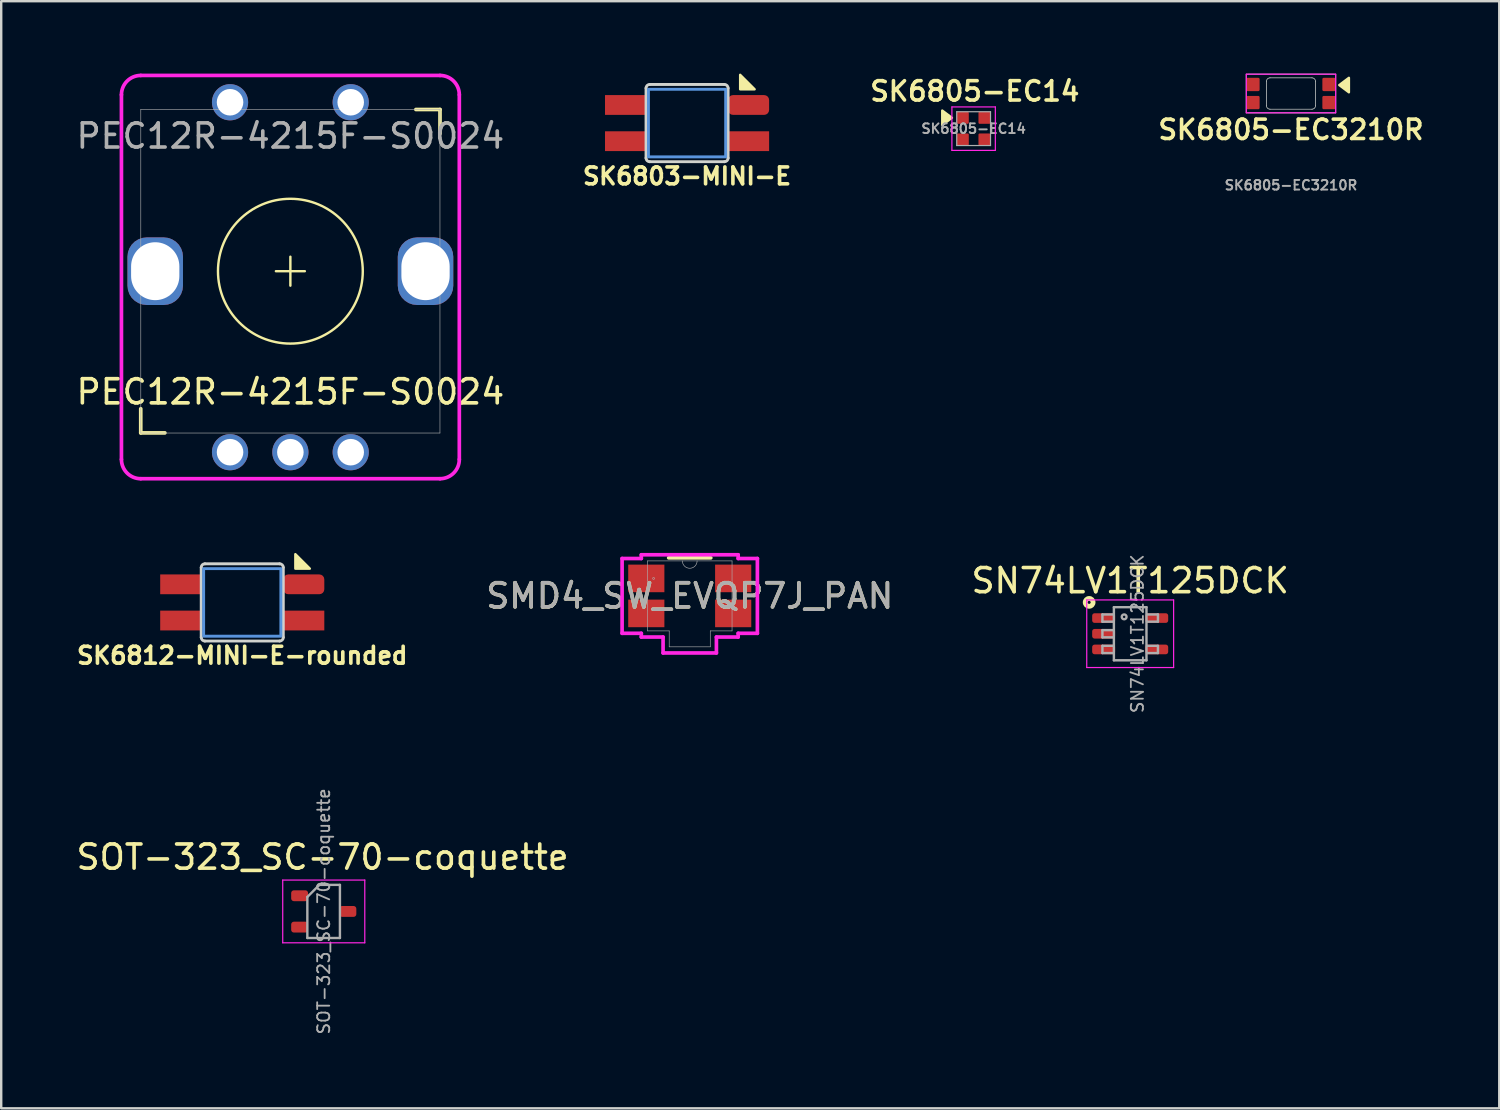
<source format=kicad_pcb>
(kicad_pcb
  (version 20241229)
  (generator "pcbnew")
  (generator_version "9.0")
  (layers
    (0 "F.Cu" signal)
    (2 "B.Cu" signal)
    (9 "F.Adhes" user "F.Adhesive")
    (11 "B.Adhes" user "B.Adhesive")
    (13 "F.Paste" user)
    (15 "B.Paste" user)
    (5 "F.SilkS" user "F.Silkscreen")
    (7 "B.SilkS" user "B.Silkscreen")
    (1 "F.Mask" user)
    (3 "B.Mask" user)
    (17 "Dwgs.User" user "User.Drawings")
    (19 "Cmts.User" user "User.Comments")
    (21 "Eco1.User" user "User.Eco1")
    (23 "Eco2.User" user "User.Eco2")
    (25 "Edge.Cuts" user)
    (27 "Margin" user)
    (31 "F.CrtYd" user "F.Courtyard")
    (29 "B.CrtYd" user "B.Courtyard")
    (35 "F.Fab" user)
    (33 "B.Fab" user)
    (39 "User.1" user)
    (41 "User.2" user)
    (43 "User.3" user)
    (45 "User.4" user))
  (footprint "PEC12R-4215F-S0024"
    (layer "F.Cu")
    (at 8.982 8.187)
    (property "Reference" "PEC12R-4215F-S0024" (at 0 5 0) (unlocked yes) (layer "F.SilkS") (effects (font (size 1 1) (thickness 0.15))))
    (attr through_hole)
    (fp_line (start -6.2 6.7) (end -6.2 5.7) (stroke (width 0.152) (type solid)) (layer "F.SilkS"))
    (fp_line (start -6.2 6.7) (end -5.2 6.7) (stroke (width 0.152) (type solid)) (layer "F.SilkS"))
    (fp_line (start 0 -0.6) (end 0 0.6) (stroke (width 0.1) (type default)) (layer "F.SilkS"))
    (fp_line (start 0.6 0) (end -0.6 0) (stroke (width 0.1) (type default)) (layer "F.SilkS"))
    (fp_line (start 6.2 -6.7) (end 5.2 -6.7) (stroke (width 0.152) (type solid)) (layer "F.SilkS"))
    (fp_line (start 6.2 -6.7) (end 6.2 -5.7) (stroke (width 0.152) (type solid)) (layer "F.SilkS"))
    (fp_circle (center 0 0) (end 3 0) (stroke (width 0.1) (type default)) (fill no) (layer "F.SilkS"))
    (fp_line (start -7 -7.311) (end -7 7.799) (stroke (width 0.152) (type solid)) (layer "F.CrtYd"))
    (fp_line (start -6.2 8.599) (end 6.2 8.599) (stroke (width 0.152) (type solid)) (layer "F.CrtYd"))
    (fp_line (start 6.2 -8.111) (end -6.2 -8.111) (stroke (width 0.152) (type solid)) (layer "F.CrtYd"))
    (fp_line (start 7 7.799) (end 7 -7.311) (stroke (width 0.152) (type solid)) (layer "F.CrtYd"))
    (fp_arc (start -7 -7.3109) (mid -6.765685 -7.876585) (end -6.2 -8.1109) (stroke (width 0.1524) (type default)) (layer "F.CrtYd"))
    (fp_arc (start -6.2 8.598899) (mid -6.765685 8.364584) (end -7 7.798899) (stroke (width 0.1524) (type default)) (layer "F.CrtYd"))
    (fp_arc (start 6.2 -8.1109) (mid 6.765685 -7.876585) (end 7 -7.3109) (stroke (width 0.1524) (type default)) (layer "F.CrtYd"))
    (fp_arc (start 7 7.798899) (mid 6.765686 8.364585) (end 6.2 8.598899) (stroke (width 0.1524) (type default)) (layer "F.CrtYd"))
    (fp_line (start -6.198 -6.706) (end -6.198 6.705) (stroke (width 0.025) (type solid)) (layer "F.Fab"))
    (fp_line (start -6.198 6.705) (end 6.198 6.705) (stroke (width 0.025) (type solid)) (layer "F.Fab"))
    (fp_line (start 6.198 -6.706) (end -6.198 -6.706) (stroke (width 0.025) (type solid)) (layer "F.Fab"))
    (fp_line (start 6.198 6.705) (end 6.198 -6.706) (stroke (width 0.025) (type solid)) (layer "F.Fab"))
    (fp_text user "${REFERENCE}" (at 0 -5.6 0) (unlocked yes) (layer "F.Fab") (effects (font (size 1 1) (thickness 0.15))))
    (pad "A" thru_hole circle (at -2.5 7.5) (size 1.5 1.5) (drill 1.1) (layers "*.Cu" "*.Mask"))
    (pad "B" thru_hole circle (at 2.5 7.5) (size 1.5 1.5) (drill 1.1) (layers "*.Cu" "*.Mask"))
    (pad "C" thru_hole circle (at 0 7.5) (size 1.5 1.5) (drill 1.1) (layers "*.Cu" "*.Mask"))
    (pad "MP" thru_hole roundrect (at -5.6 0) (size 2.3 2.8) (drill oval 2 2.4) (layers "*.Cu" "*.Mask") (roundrect_rratio 0.348))
    (pad "MP" thru_hole roundrect (at 5.6 0) (size 2.3 2.8) (drill oval 2 2.4) (layers "*.Cu" "*.Mask") (roundrect_rratio 0.348))
    (pad "S1" thru_hole circle (at -2.5 -7) (size 1.5 1.5) (drill 1.1) (layers "*.Cu" "*.Mask"))
    (pad "S2" thru_hole circle (at 2.5 -7) (size 1.5 1.5) (drill 1.1) (layers "*.Cu" "*.Mask")))
  (footprint "SK6805-EC3210R"
    (layer "F.Cu")
    (at 50.443 0.825)
    (property "Reference" "SK6805-EC3210R" (at 0 1.5 0) (layer "F.SilkS") (effects (font (size 0.8 0.8) (thickness 0.15))))
    (attr smd)
    (fp_poly (pts (xy 2.4 -0.65) (xy 2 -0.35) (xy 2.4 -0.05)) (stroke (width 0.1) (type solid)) (fill yes) (layer "F.SilkS"))
    (fp_line (start -1.019 0.5) (end -1.019 -0.5) (stroke (width 0.03) (type default)) (layer "Edge.Cuts"))
    (fp_line (start -0.875 -0.65) (end 0.875 -0.65) (stroke (width 0.03) (type solid)) (layer "Edge.Cuts"))
    (fp_line (start 0.875 0.65) (end -0.875 0.65) (stroke (width 0.03) (type solid)) (layer "Edge.Cuts"))
    (fp_line (start 1.019 -0.5) (end 1.019 0.5) (stroke (width 0.03) (type default)) (layer "Edge.Cuts"))
    (fp_arc (start -1.018934 -0.5) (mid -0.975 -0.606066) (end -0.868934 -0.65) (stroke (width 0.03) (type default)) (layer "Edge.Cuts"))
    (fp_arc (start -0.868934 0.65) (mid -0.975 0.606066) (end -1.018934 0.5) (stroke (width 0.03) (type default)) (layer "Edge.Cuts"))
    (fp_arc (start 0.868934 -0.65) (mid 0.975 -0.606066) (end 1.018934 -0.5) (stroke (width 0.03) (type default)) (layer "Edge.Cuts"))
    (fp_arc (start 1.018934 0.5) (mid 0.975 0.606066) (end 0.868934 0.65) (stroke (width 0.03) (type default)) (layer "Edge.Cuts"))
    (fp_line (start -1.85 -0.8) (end -1.85 0.8) (stroke (width 0.05) (type solid)) (layer "F.CrtYd"))
    (fp_line (start 1.85 -0.8) (end -1.85 -0.8) (stroke (width 0.05) (type solid)) (layer "F.CrtYd"))
    (fp_line (start 1.85 0.8) (end -1.85 0.8) (stroke (width 0.05) (type solid)) (layer "F.CrtYd"))
    (fp_line (start 1.85 0.8) (end 1.85 -0.8) (stroke (width 0.05) (type solid)) (layer "F.CrtYd"))
    (fp_line (start -1.85 -0.8) (end -1.85 0.8) (stroke (width 0.05) (type solid)) (layer "F.Fab"))
    (fp_line (start -1.8 0.8) (end 1.8 0.8) (stroke (width 0.05) (type solid)) (layer "F.Fab"))
    (fp_line (start 1.8 -0.8) (end -1.8 -0.8) (stroke (width 0.05) (type solid)) (layer "F.Fab"))
    (fp_line (start 1.85 0.8) (end 1.85 -0.8) (stroke (width 0.05) (type solid)) (layer "F.Fab"))
    (fp_text user "${REFERENCE}" (at 0 3.8 0) (layer "F.Fab") (effects (font (size 0.4 0.4) (thickness 0.08))))
    (pad "1" smd roundrect (at 1.575 -0.375) (size 0.55 0.55) (layers "F.Cu" "F.Mask" "F.Paste") (roundrect_rratio 0.1))
    (pad "2" smd roundrect (at 1.575 0.375) (size 0.55 0.55) (layers "F.Cu" "F.Mask" "F.Paste") (roundrect_rratio 0.1))
    (pad "3" smd roundrect (at -1.575 0.375) (size 0.55 0.55) (layers "F.Cu" "F.Mask" "F.Paste") (roundrect_rratio 0.1))
    (pad "4" smd roundrect (at -1.575 -0.375) (size 0.55 0.55) (layers "F.Cu" "F.Mask" "F.Paste") (roundrect_rratio 0.1)))
  (footprint "SMD4_SW_EVQP7J_PAN"
    (layer "F.Cu")
    (at 25.53 21.642)
    (property "Reference" "SMD4_SW_EVQP7J_PAN" (at 0 0 0) (unlocked yes) (layer "F.SilkS") (effects (font (size 1 1) (thickness 0.15))))
    (attr smd)
    (fp_line (start 0.872 -1.577) (end -0.872 -1.577) (stroke (width 0.152) (type solid)) (layer "F.SilkS"))
    (fp_line (start -2.803 -1.55) (end -2.803 1.55) (stroke (width 0.152) (type solid)) (layer "F.CrtYd"))
    (fp_line (start -2.803 1.55) (end -2.007 1.55) (stroke (width 0.152) (type solid)) (layer "F.CrtYd"))
    (fp_line (start -2.007 -1.704) (end -2.007 -1.55) (stroke (width 0.152) (type solid)) (layer "F.CrtYd"))
    (fp_line (start -2.007 -1.55) (end -2.803 -1.55) (stroke (width 0.152) (type solid)) (layer "F.CrtYd"))
    (fp_line (start -2.007 1.55) (end -2.007 1.704) (stroke (width 0.152) (type solid)) (layer "F.CrtYd"))
    (fp_line (start -2.007 1.704) (end -1.105 1.704) (stroke (width 0.152) (type solid)) (layer "F.CrtYd"))
    (fp_line (start -1.105 1.704) (end -1.105 2.364) (stroke (width 0.152) (type solid)) (layer "F.CrtYd"))
    (fp_line (start -1.105 2.364) (end 1.105 2.364) (stroke (width 0.152) (type solid)) (layer "F.CrtYd"))
    (fp_line (start 1.105 1.704) (end 2.007 1.704) (stroke (width 0.152) (type solid)) (layer "F.CrtYd"))
    (fp_line (start 1.105 2.364) (end 1.105 1.704) (stroke (width 0.152) (type solid)) (layer "F.CrtYd"))
    (fp_line (start 2.007 -1.704) (end -2.007 -1.704) (stroke (width 0.152) (type solid)) (layer "F.CrtYd"))
    (fp_line (start 2.007 -1.55) (end 2.007 -1.704) (stroke (width 0.152) (type solid)) (layer "F.CrtYd"))
    (fp_line (start 2.007 1.55) (end 2.803 1.55) (stroke (width 0.152) (type solid)) (layer "F.CrtYd"))
    (fp_line (start 2.007 1.704) (end 2.007 1.55) (stroke (width 0.152) (type solid)) (layer "F.CrtYd"))
    (fp_line (start 2.803 -1.55) (end 2.007 -1.55) (stroke (width 0.152) (type solid)) (layer "F.CrtYd"))
    (fp_line (start 2.803 1.55) (end 2.803 -1.55) (stroke (width 0.152) (type solid)) (layer "F.CrtYd"))
    (fp_line (start -1.753 -1.45) (end -1.753 1.45) (stroke (width 0.025) (type solid)) (layer "F.Fab"))
    (fp_line (start -1.753 1.45) (end -0.851 1.45) (stroke (width 0.025) (type solid)) (layer "F.Fab"))
    (fp_line (start -0.851 1.45) (end -0.851 2.11) (stroke (width 0.025) (type solid)) (layer "F.Fab"))
    (fp_line (start -0.851 2.11) (end 0.851 2.11) (stroke (width 0.025) (type solid)) (layer "F.Fab"))
    (fp_line (start 0.851 1.45) (end 1.753 1.45) (stroke (width 0.025) (type solid)) (layer "F.Fab"))
    (fp_line (start 0.851 2.11) (end 0.851 1.45) (stroke (width 0.025) (type solid)) (layer "F.Fab"))
    (fp_line (start 1.753 -1.45) (end -1.753 -1.45) (stroke (width 0.025) (type solid)) (layer "F.Fab"))
    (fp_line (start 1.753 1.45) (end 1.753 -1.45) (stroke (width 0.025) (type solid)) (layer "F.Fab"))
    (fp_arc (start 0.3048 -1.45) (mid 0 -1.1452) (end -0.3048 -1.45) (stroke (width 0.0254) (type solid)) (layer "F.Fab"))
    (fp_circle (center -1.499 -0.725) (end -1.46 -0.725) (stroke (width 0.025) (type solid)) (fill no) (layer "F.Fab"))
    (fp_text user "${REFERENCE}" (at 0 0 0) (unlocked yes) (layer "F.Fab") (effects (font (size 1 1) (thickness 0.15))))
    (pad "1" smd rect (at -1.8 -0.725) (size 1.499 1.143) (layers "F.Cu" "F.Mask" "F.Paste"))
    (pad "1" smd rect (at 1.8 -0.725) (size 1.499 1.143) (layers "F.Cu" "F.Mask" "F.Paste"))
    (pad "2" smd rect (at -1.8 0.725) (size 1.499 1.143) (layers "F.Cu" "F.Mask" "F.Paste"))
    (pad "2" smd rect (at 1.8 0.725) (size 1.499 1.143) (layers "F.Cu" "F.Mask" "F.Paste")))
  (footprint "SN74LV1T125DCK"
    (layer "F.Cu")
    (at 43.78 23.21)
    (property "Reference" "SN74LV1T125DCK" (at 0 -2.199 0) (layer "F.SilkS") (effects (font (size 1 1) (thickness 0.15))))
    (attr smd)
    (fp_circle (center -1.7 -1.3) (end -1.637 -1.3) (stroke (width 0.2) (type solid)) (fill no) (layer "F.SilkS"))
    (fp_line (start -1.8 -1.4) (end -1.8 1.4) (stroke (width 0.05) (type solid)) (layer "F.CrtYd"))
    (fp_line (start -1.8 -1.4) (end 1.8 -1.4) (stroke (width 0.05) (type solid)) (layer "F.CrtYd"))
    (fp_line (start -1.8 1.4) (end 1.8 1.4) (stroke (width 0.05) (type solid)) (layer "F.CrtYd"))
    (fp_line (start 1.8 1.4) (end 1.8 -1.4) (stroke (width 0.05) (type solid)) (layer "F.CrtYd"))
    (fp_line (start -1.15 -0.8) (end -1.15 -0.5) (stroke (width 0.1) (type solid)) (layer "F.Fab"))
    (fp_line (start -1.15 -0.8) (end -0.7 -0.8) (stroke (width 0.1) (type solid)) (layer "F.Fab"))
    (fp_line (start -1.15 -0.5) (end -0.7 -0.5) (stroke (width 0.1) (type solid)) (layer "F.Fab"))
    (fp_line (start -1.15 -0.15) (end -1.15 0.15) (stroke (width 0.1) (type solid)) (layer "F.Fab"))
    (fp_line (start -1.15 -0.15) (end -0.7 -0.15) (stroke (width 0.1) (type solid)) (layer "F.Fab"))
    (fp_line (start -1.15 0.15) (end -0.7 0.15) (stroke (width 0.1) (type solid)) (layer "F.Fab"))
    (fp_line (start -1.15 0.5) (end -1.15 0.8) (stroke (width 0.1) (type solid)) (layer "F.Fab"))
    (fp_line (start -1.15 0.5) (end -0.7 0.5) (stroke (width 0.1) (type solid)) (layer "F.Fab"))
    (fp_line (start -1.15 0.8) (end -0.7 0.8) (stroke (width 0.1) (type solid)) (layer "F.Fab"))
    (fp_line (start -0.675 -1.1) (end -0.675 1.1) (stroke (width 0.1) (type solid)) (layer "F.Fab"))
    (fp_line (start 0.675 -1.1) (end -0.675 -1.1) (stroke (width 0.1) (type solid)) (layer "F.Fab"))
    (fp_line (start 0.675 -1.1) (end 0.675 1.1) (stroke (width 0.1) (type solid)) (layer "F.Fab"))
    (fp_line (start 0.675 1.1) (end -0.675 1.1) (stroke (width 0.1) (type solid)) (layer "F.Fab"))
    (fp_line (start 1.15 -0.8) (end 0.7 -0.8) (stroke (width 0.1) (type solid)) (layer "F.Fab"))
    (fp_line (start 1.15 -0.5) (end 0.7 -0.5) (stroke (width 0.1) (type solid)) (layer "F.Fab"))
    (fp_line (start 1.15 -0.5) (end 1.15 -0.8) (stroke (width 0.1) (type solid)) (layer "F.Fab"))
    (fp_line (start 1.15 0.5) (end 0.7 0.5) (stroke (width 0.1) (type solid)) (layer "F.Fab"))
    (fp_line (start 1.15 0.8) (end 0.7 0.8) (stroke (width 0.1) (type solid)) (layer "F.Fab"))
    (fp_line (start 1.15 0.8) (end 1.15 0.5) (stroke (width 0.1) (type solid)) (layer "F.Fab"))
    (fp_circle (center -0.25 -0.7) (end -0.15 -0.7) (stroke (width 0.1) (type solid)) (fill no) (layer "F.Fab"))
    (fp_text user "${REFERENCE}" (at 0.3 0 90) (layer "F.Fab") (effects (font (size 0.5 0.5) (thickness 0.075))))
    (pad "1" smd roundrect (at -1.1 -0.65) (size 0.95 0.4) (layers "F.Cu" "F.Mask" "F.Paste") (roundrect_rratio 0.25))
    (pad "2" smd roundrect (at -1.1 0) (size 0.95 0.4) (layers "F.Cu" "F.Mask" "F.Paste") (roundrect_rratio 0.25))
    (pad "3" smd roundrect (at -1.1 0.65) (size 0.95 0.4) (layers "F.Cu" "F.Mask" "F.Paste") (roundrect_rratio 0.25))
    (pad "4" smd roundrect (at 1.1 0.65) (size 0.95 0.4) (layers "F.Cu" "F.Mask" "F.Paste") (roundrect_rratio 0.25))
    (pad "5" smd roundrect (at 1.1 -0.65) (size 0.95 0.4) (layers "F.Cu" "F.Mask" "F.Paste") (roundrect_rratio 0.25)))
  (footprint "SOT-323_SC-70-coquette"
    (layer "F.Cu")
    (at 10.365 34.716)
    (property "Reference" "SOT-323_SC-70-coquette" (at -0.05 -2.25 0) (layer "F.SilkS") (effects (font (size 1 1) (thickness 0.15))))
    (attr smd)
    (fp_line (start -1.7 -1.3) (end 1.7 -1.3) (stroke (width 0.05) (type solid)) (layer "F.CrtYd"))
    (fp_line (start -1.7 1.3) (end -1.7 -1.3) (stroke (width 0.05) (type solid)) (layer "F.CrtYd"))
    (fp_line (start 1.7 -1.3) (end 1.7 1.3) (stroke (width 0.05) (type solid)) (layer "F.CrtYd"))
    (fp_line (start 1.7 1.3) (end -1.7 1.3) (stroke (width 0.05) (type solid)) (layer "F.CrtYd"))
    (fp_line (start -0.68 -0.6) (end -0.68 1.1) (stroke (width 0.1) (type solid)) (layer "F.Fab"))
    (fp_line (start -0.18 -1.1) (end -0.68 -0.6) (stroke (width 0.1) (type solid)) (layer "F.Fab"))
    (fp_line (start 0.67 -1.1) (end -0.18 -1.1) (stroke (width 0.1) (type solid)) (layer "F.Fab"))
    (fp_line (start 0.67 -1.1) (end 0.67 1.1) (stroke (width 0.1) (type solid)) (layer "F.Fab"))
    (fp_line (start 0.67 1.1) (end -0.68 1.1) (stroke (width 0.1) (type solid)) (layer "F.Fab"))
    (fp_text user "${REFERENCE}" (at 0 0 90) (layer "F.Fab") (effects (font (size 0.5 0.5) (thickness 0.075))))
    (pad "1" smd roundrect (at -1 -0.65 270) (size 0.45 0.7) (layers "F.Cu" "F.Mask" "F.Paste") (roundrect_rratio 0.25))
    (pad "2" smd roundrect (at -1 0.65 270) (size 0.45 0.7) (layers "F.Cu" "F.Mask" "F.Paste") (roundrect_rratio 0.25))
    (pad "3" smd roundrect (at 1 0 270) (size 0.45 0.7) (layers "F.Cu" "F.Mask" "F.Paste") (roundrect_rratio 0.25)))
  (footprint "SK6803-MINI-E"
    (layer "F.Cu")
    (at 25.419 2.05)
    (property "Reference" "SK6803-MINI-E" (at 0 2.2 0) (unlocked yes) (layer "F.SilkS") (effects (font (size 0.7 0.7) (thickness 0.15))))
    (attr through_hole)
    (fp_poly (pts (xy 2.8 -1.4) (xy 2.2 -1.4) (xy 2.2 -2)) (stroke (width 0.1) (type solid)) (fill yes) (layer "F.SilkS"))
    (fp_rect (start -1.6 -1.4) (end 1.6 1.4) (stroke (width 0.12) (type solid)) (fill no) (layer "Cmts.User"))
    (fp_line (start -1.7 1.45) (end -1.7 -1.45) (stroke (width 0.12) (type default)) (layer "Edge.Cuts"))
    (fp_line (start -1.55 -1.6) (end 1.55 -1.6) (stroke (width 0.12) (type default)) (layer "Edge.Cuts"))
    (fp_line (start 1.55 1.6) (end -1.55 1.6) (stroke (width 0.12) (type default)) (layer "Edge.Cuts"))
    (fp_line (start 1.7 -1.45) (end 1.7 1.45) (stroke (width 0.12) (type default)) (layer "Edge.Cuts"))
    (fp_arc (start -1.7 -1.45) (mid -1.656066 -1.556066) (end -1.55 -1.6) (stroke (width 0.12) (type default)) (layer "Edge.Cuts"))
    (fp_arc (start -1.55 1.6) (mid -1.656066 1.556066) (end -1.7 1.45) (stroke (width 0.12) (type default)) (layer "Edge.Cuts"))
    (fp_arc (start 1.55 -1.6) (mid 1.656066 -1.556066) (end 1.7 -1.45) (stroke (width 0.12) (type default)) (layer "Edge.Cuts"))
    (fp_arc (start 1.7 1.45) (mid 1.656066 1.556066) (end 1.55 1.6) (stroke (width 0.12) (type default)) (layer "Edge.Cuts"))
    (pad "1" smd rect (at -2.55 0.75) (size 1.7 0.82) (layers "F.Cu" "F.Mask" "F.Paste"))
    (pad "2" smd rect (at -2.55 -0.75) (size 1.7 0.82) (layers "F.Cu" "F.Mask" "F.Paste"))
    (pad "3" smd roundrect (at 2.55 -0.75) (size 1.7 0.82) (layers "F.Cu" "F.Mask" "F.Paste") (roundrect_rratio 0.25))
    (pad "4" smd rect (at 2.55 0.75) (size 1.7 0.82) (layers "F.Cu" "F.Mask" "F.Paste")))
  (footprint "SK6805-EC14"
    (layer "F.Cu")
    (at 37.293 2.281)
    (property "Reference" "SK6805-EC14" (at 0.05 -1.55 0) (layer "F.SilkS") (effects (font (size 0.8 0.8) (thickness 0.15))))
    (attr smd)
    (fp_poly (pts (xy -1.3 -0.15) (xy -0.9 -0.45) (xy -1.3 -0.75)) (stroke (width 0.1) (type solid)) (fill yes) (layer "F.SilkS"))
    (fp_line (start -0.9 -0.9) (end -0.9 0.9) (stroke (width 0.05) (type solid)) (layer "F.CrtYd"))
    (fp_line (start -0.9 0.9) (end 0.9 0.9) (stroke (width 0.05) (type solid)) (layer "F.CrtYd"))
    (fp_line (start 0.9 -0.9) (end -0.9 -0.9) (stroke (width 0.05) (type solid)) (layer "F.CrtYd"))
    (fp_line (start 0.9 0.9) (end 0.9 -0.9) (stroke (width 0.05) (type solid)) (layer "F.CrtYd"))
    (fp_line (start -0.7 -0.7) (end -0.7 0.7) (stroke (width 0.05) (type solid)) (layer "F.Fab"))
    (fp_line (start -0.7 0.7) (end 0.7 0.7) (stroke (width 0.05) (type solid)) (layer "F.Fab"))
    (fp_line (start 0.7 -0.7) (end -0.7 -0.7) (stroke (width 0.05) (type solid)) (layer "F.Fab"))
    (fp_line (start 0.7 0.7) (end 0.7 -0.7) (stroke (width 0.05) (type solid)) (layer "F.Fab"))
    (fp_text user "${REFERENCE}" (at 0 0 0) (layer "F.Fab") (effects (font (size 0.4 0.4) (thickness 0.08))))
    (pad "1" smd roundrect (at -0.45 -0.45) (size 0.5 0.5) (layers "F.Cu" "F.Mask" "F.Paste") (roundrect_rratio 0.1))
    (pad "2" smd roundrect (at -0.45 0.45) (size 0.5 0.5) (layers "F.Cu" "F.Mask" "F.Paste") (roundrect_rratio 0.1))
    (pad "3" smd roundrect (at 0.45 0.45) (size 0.5 0.5) (layers "F.Cu" "F.Mask" "F.Paste") (roundrect_rratio 0.1))
    (pad "4" smd roundrect (at 0.45 -0.45) (size 0.5 0.5) (layers "F.Cu" "F.Mask" "F.Paste") (roundrect_rratio 0.1)))
  (footprint "SK6812-MINI-E-rounded"
    (layer "F.Cu")
    (at 6.988 21.912)
    (property "Reference" "SK6812-MINI-E-rounded" (at 0 2.2 0) (unlocked yes) (layer "F.SilkS") (effects (font (size 0.7 0.7) (thickness 0.15))))
    (attr through_hole)
    (fp_poly (pts (xy 2.8 -1.4) (xy 2.2 -1.4) (xy 2.2 -2)) (stroke (width 0.1) (type solid)) (fill yes) (layer "F.SilkS"))
    (fp_rect (start -1.6 -1.4) (end 1.6 1.4) (stroke (width 0.12) (type solid)) (fill no) (layer "Cmts.User"))
    (fp_line (start -1.7 1.45) (end -1.7 -1.45) (stroke (width 0.12) (type default)) (layer "Edge.Cuts"))
    (fp_line (start -1.55 -1.6) (end 1.55 -1.6) (stroke (width 0.12) (type default)) (layer "Edge.Cuts"))
    (fp_line (start 1.55 1.6) (end -1.55 1.6) (stroke (width 0.12) (type default)) (layer "Edge.Cuts"))
    (fp_line (start 1.7 -1.45) (end 1.7 1.45) (stroke (width 0.12) (type default)) (layer "Edge.Cuts"))
    (fp_arc (start -1.7 -1.45) (mid -1.656066 -1.556066) (end -1.55 -1.6) (stroke (width 0.12) (type default)) (layer "Edge.Cuts"))
    (fp_arc (start -1.55 1.6) (mid -1.656066 1.556066) (end -1.7 1.45) (stroke (width 0.12) (type default)) (layer "Edge.Cuts"))
    (fp_arc (start 1.55 -1.6) (mid 1.656066 -1.556066) (end 1.7 -1.45) (stroke (width 0.12) (type default)) (layer "Edge.Cuts"))
    (fp_arc (start 1.7 1.45) (mid 1.656066 1.556066) (end 1.55 1.6) (stroke (width 0.12) (type default)) (layer "Edge.Cuts"))
    (pad "1" smd rect (at -2.55 0.75) (size 1.7 0.82) (layers "F.Cu" "F.Mask" "F.Paste"))
    (pad "2" smd rect (at -2.55 -0.75) (size 1.7 0.82) (layers "F.Cu" "F.Mask" "F.Paste"))
    (pad "3" smd roundrect (at 2.55 -0.75) (size 1.7 0.82) (layers "F.Cu" "F.Mask" "F.Paste") (roundrect_rratio 0.25))
    (pad "4" smd rect (at 2.55 0.75) (size 1.7 0.82) (layers "F.Cu" "F.Mask" "F.Paste")))
  (gr_rect
    (start -3 -3)
    (end 59.073 42.874)
    (stroke (width 0.1) (type default))
    (fill no)
    (layer "Edge.Cuts")))
</source>
